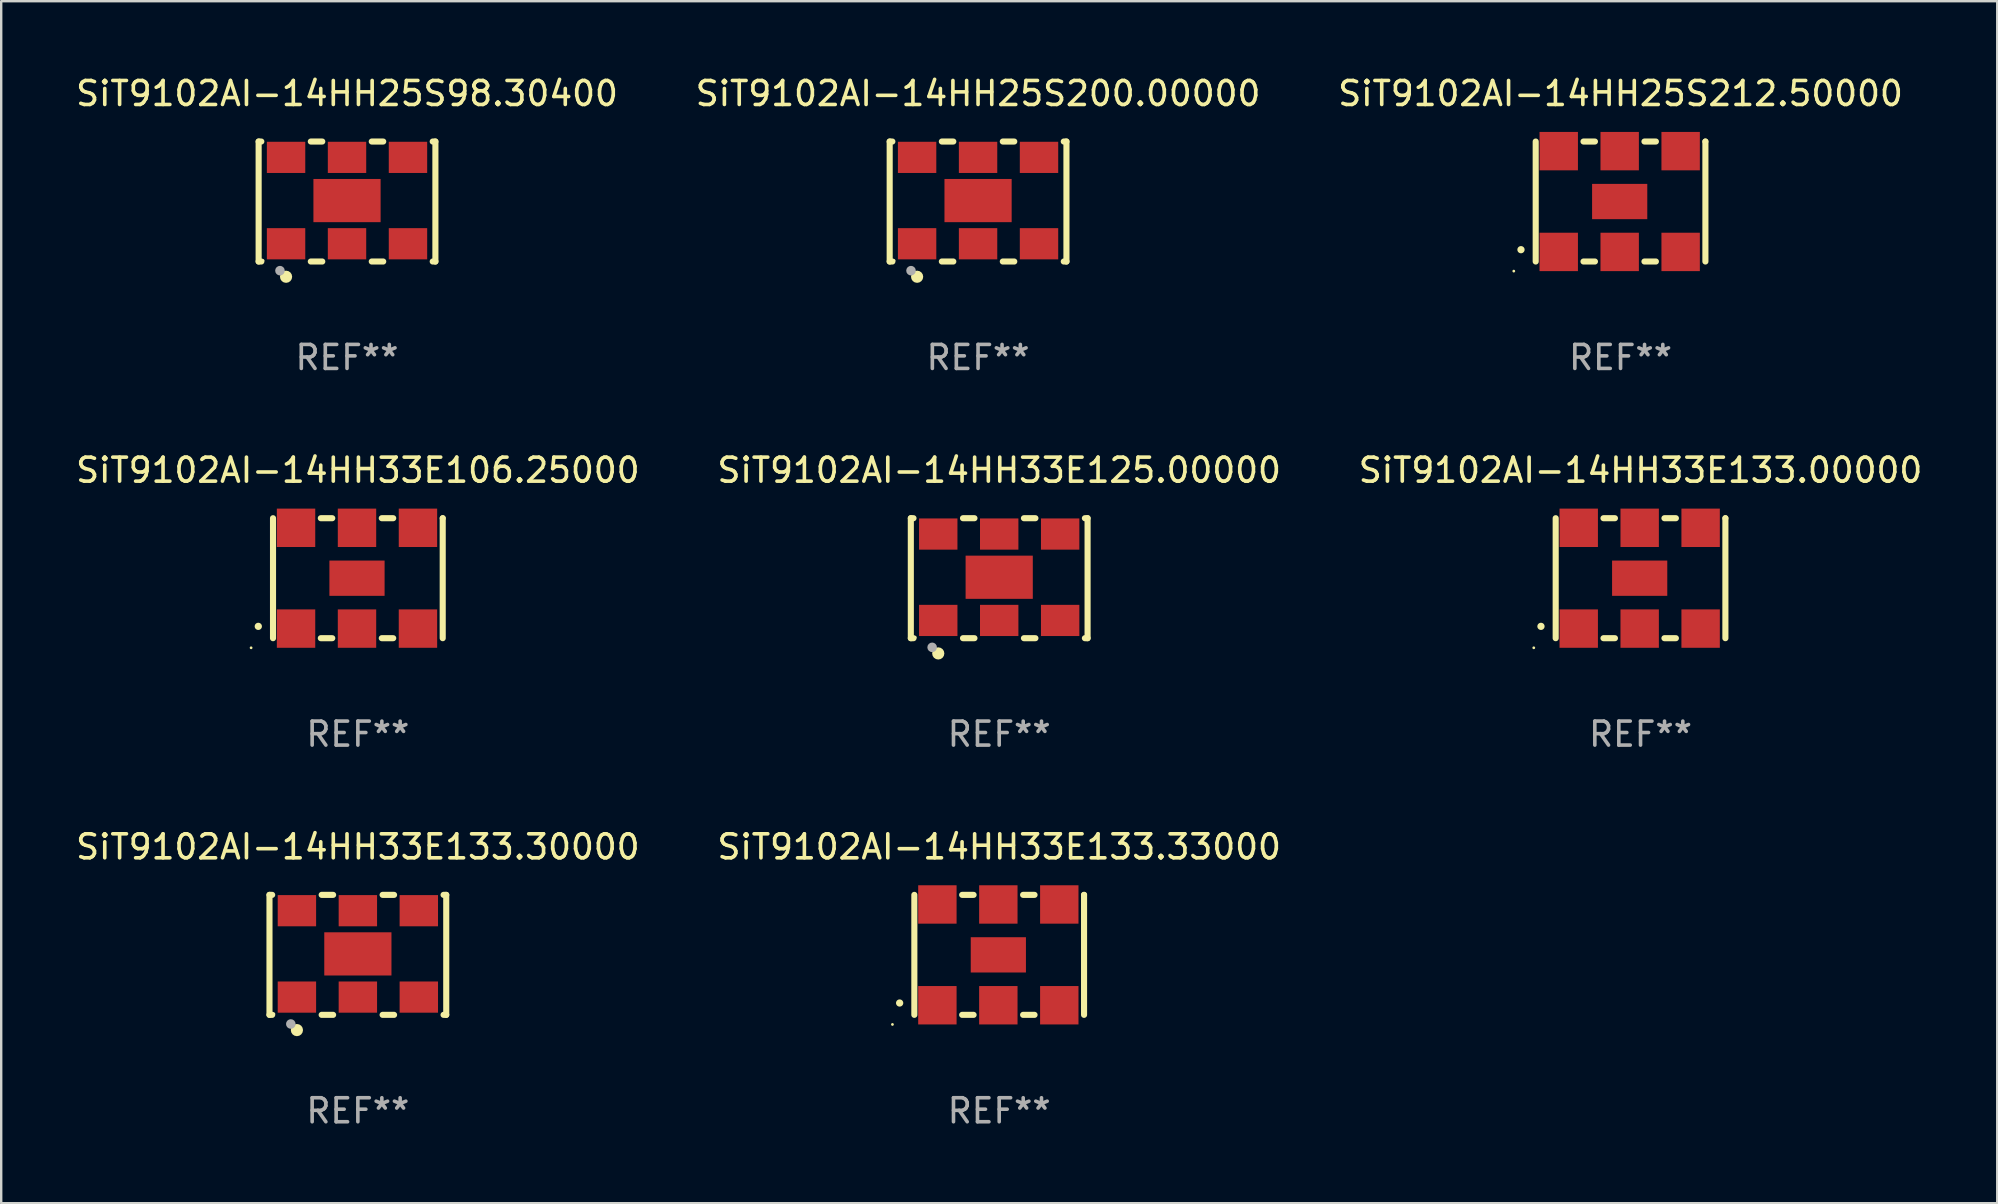
<source format=kicad_pcb>
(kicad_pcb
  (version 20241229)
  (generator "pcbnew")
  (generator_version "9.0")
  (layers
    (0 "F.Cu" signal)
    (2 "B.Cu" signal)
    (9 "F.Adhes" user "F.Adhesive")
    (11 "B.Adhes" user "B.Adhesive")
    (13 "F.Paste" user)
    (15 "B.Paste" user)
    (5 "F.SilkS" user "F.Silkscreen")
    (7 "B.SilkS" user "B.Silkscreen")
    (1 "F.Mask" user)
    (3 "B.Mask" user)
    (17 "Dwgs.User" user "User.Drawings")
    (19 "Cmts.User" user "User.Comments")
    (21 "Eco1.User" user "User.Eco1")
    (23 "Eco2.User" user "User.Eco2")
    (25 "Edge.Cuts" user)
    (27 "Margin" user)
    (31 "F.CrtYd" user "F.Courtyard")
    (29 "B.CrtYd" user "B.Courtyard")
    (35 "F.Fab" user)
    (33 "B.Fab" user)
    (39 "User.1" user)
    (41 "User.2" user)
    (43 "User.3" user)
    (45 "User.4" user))
  (footprint "SiT9102AI-14HH33E133.30000"
    (layer "F.Cu")
    (at 11.863 36.741)
    (property "Reference" "SiT9102AI-14HH33E133.30000" (at 0 -4.5 0) (layer "F.SilkS") (effects (font (size 1 1) (thickness 0.15))))
    (attr through_hole)
    (fp_line (start -3.683 -2.5) (end -3.571 -2.5) (stroke (width 0.254) (type solid)) (layer "F.SilkS"))
    (fp_line (start -3.683 2.5) (end -3.683 -2.5) (stroke (width 0.254) (type solid)) (layer "F.SilkS"))
    (fp_line (start -3.683 2.5) (end -3.571 2.5) (stroke (width 0.254) (type solid)) (layer "F.SilkS"))
    (fp_line (start -1.509 -2.5) (end -1.031 -2.5) (stroke (width 0.254) (type solid)) (layer "F.SilkS"))
    (fp_line (start -1.509 2.5) (end -1.031 2.5) (stroke (width 0.254) (type solid)) (layer "F.SilkS"))
    (fp_line (start 1.031 -2.5) (end 1.509 -2.5) (stroke (width 0.254) (type solid)) (layer "F.SilkS"))
    (fp_line (start 1.031 2.5) (end 1.509 2.5) (stroke (width 0.254) (type solid)) (layer "F.SilkS"))
    (fp_line (start 3.571 -2.5) (end 3.683 -2.5) (stroke (width 0.254) (type solid)) (layer "F.SilkS"))
    (fp_line (start 3.571 2.5) (end 3.683 2.5) (stroke (width 0.254) (type solid)) (layer "F.SilkS"))
    (fp_line (start 3.683 2.5) (end 3.683 -2.5) (stroke (width 0.254) (type solid)) (layer "F.SilkS"))
    (fp_circle (center -3.5 2.46) (end -3.47 2.46) (stroke (width 0.06) (type solid)) (fill no) (layer "F.SilkS"))
    (fp_circle (center -2.54 3.135) (end -2.413 3.135) (stroke (width 0.254) (type solid)) (fill no) (layer "F.SilkS"))
    (fp_circle (center -2.794 2.881) (end -2.694 2.881) (stroke (width 0.2) (type solid)) (fill no) (layer "F.Fab"))
    (fp_text user "REF**" (at 0 6.5 0) (layer "F.Fab") (effects (font (size 1 1) (thickness 0.15))))
    (pad "1" smd rect (at -2.54 1.76) (size 1.6 1.3) (layers "F.Cu" "F.Mask" "F.Paste"))
    (pad "2" smd rect (at 0 1.76) (size 1.6 1.3) (layers "F.Cu" "F.Mask" "F.Paste"))
    (pad "3" smd rect (at 2.54 1.76) (size 1.6 1.3) (layers "F.Cu" "F.Mask" "F.Paste"))
    (pad "4" smd rect (at 2.54 -1.84) (size 1.6 1.3) (layers "F.Cu" "F.Mask" "F.Paste"))
    (pad "5" smd rect (at 0 -1.84) (size 1.6 1.3) (layers "F.Cu" "F.Mask" "F.Paste"))
    (pad "6" smd rect (at -2.54 -1.84) (size 1.6 1.3) (layers "F.Cu" "F.Mask" "F.Paste"))
    (pad "7" smd rect (at 0 -0.04) (size 2.8 1.8) (layers "F.Cu" "F.Mask" "F.Paste")))
  (footprint "SiT9102AI-14HH25S200.00000"
    (layer "F.Cu")
    (at 37.708 5.348)
    (property "Reference" "SiT9102AI-14HH25S200.00000" (at 0 -4.5 0) (layer "F.SilkS") (effects (font (size 1 1) (thickness 0.15))))
    (attr through_hole)
    (fp_line (start -3.683 -2.5) (end -3.571 -2.5) (stroke (width 0.254) (type solid)) (layer "F.SilkS"))
    (fp_line (start -3.683 2.5) (end -3.683 -2.5) (stroke (width 0.254) (type solid)) (layer "F.SilkS"))
    (fp_line (start -3.683 2.5) (end -3.571 2.5) (stroke (width 0.254) (type solid)) (layer "F.SilkS"))
    (fp_line (start -1.509 -2.5) (end -1.031 -2.5) (stroke (width 0.254) (type solid)) (layer "F.SilkS"))
    (fp_line (start -1.509 2.5) (end -1.031 2.5) (stroke (width 0.254) (type solid)) (layer "F.SilkS"))
    (fp_line (start 1.031 -2.5) (end 1.509 -2.5) (stroke (width 0.254) (type solid)) (layer "F.SilkS"))
    (fp_line (start 1.031 2.5) (end 1.509 2.5) (stroke (width 0.254) (type solid)) (layer "F.SilkS"))
    (fp_line (start 3.571 -2.5) (end 3.683 -2.5) (stroke (width 0.254) (type solid)) (layer "F.SilkS"))
    (fp_line (start 3.571 2.5) (end 3.683 2.5) (stroke (width 0.254) (type solid)) (layer "F.SilkS"))
    (fp_line (start 3.683 2.5) (end 3.683 -2.5) (stroke (width 0.254) (type solid)) (layer "F.SilkS"))
    (fp_circle (center -3.5 2.46) (end -3.47 2.46) (stroke (width 0.06) (type solid)) (fill no) (layer "F.SilkS"))
    (fp_circle (center -2.54 3.135) (end -2.413 3.135) (stroke (width 0.254) (type solid)) (fill no) (layer "F.SilkS"))
    (fp_circle (center -2.794 2.881) (end -2.694 2.881) (stroke (width 0.2) (type solid)) (fill no) (layer "F.Fab"))
    (fp_text user "REF**" (at 0 6.5 0) (layer "F.Fab") (effects (font (size 1 1) (thickness 0.15))))
    (pad "1" smd rect (at -2.54 1.76) (size 1.6 1.3) (layers "F.Cu" "F.Mask" "F.Paste"))
    (pad "2" smd rect (at 0 1.76) (size 1.6 1.3) (layers "F.Cu" "F.Mask" "F.Paste"))
    (pad "3" smd rect (at 2.54 1.76) (size 1.6 1.3) (layers "F.Cu" "F.Mask" "F.Paste"))
    (pad "4" smd rect (at 2.54 -1.84) (size 1.6 1.3) (layers "F.Cu" "F.Mask" "F.Paste"))
    (pad "5" smd rect (at 0 -1.84) (size 1.6 1.3) (layers "F.Cu" "F.Mask" "F.Paste"))
    (pad "6" smd rect (at -2.54 -1.84) (size 1.6 1.3) (layers "F.Cu" "F.Mask" "F.Paste"))
    (pad "7" smd rect (at 0 -0.04) (size 2.8 1.8) (layers "F.Cu" "F.Mask" "F.Paste")))
  (footprint "SiT9102AI-14HH33E133.33000"
    (layer "F.Cu")
    (at 38.589 36.741)
    (property "Reference" "SiT9102AI-14HH33E133.33000" (at 0 -4.5 0) (layer "F.SilkS") (effects (font (size 1 1) (thickness 0.15))))
    (attr through_hole)
    (fp_line (start -3.536 -2.5) (end -3.536 2.5) (stroke (width 0.254) (type solid)) (layer "F.SilkS"))
    (fp_line (start -1.544 2.5) (end -1.067 2.5) (stroke (width 0.254) (type solid)) (layer "F.SilkS"))
    (fp_line (start -1.067 -2.5) (end -1.544 -2.5) (stroke (width 0.254) (type solid)) (layer "F.SilkS"))
    (fp_line (start 0.996 2.5) (end 1.473 2.5) (stroke (width 0.254) (type solid)) (layer "F.SilkS"))
    (fp_line (start 1.473 -2.5) (end 0.996 -2.5) (stroke (width 0.254) (type solid)) (layer "F.SilkS"))
    (fp_line (start 3.536 -2.5) (end 3.536 -2.5) (stroke (width 0.254) (type solid)) (layer "F.SilkS"))
    (fp_line (start 3.536 2.5) (end 3.536 -2.5) (stroke (width 0.254) (type solid)) (layer "F.SilkS"))
    (fp_arc (start -4.150432 2.006604) (mid -4.149162 2.006599) (end -4.147892 2.006604) (stroke (width 0.3) (type solid)) (layer "F.SilkS"))
    (fp_circle (center -4.449 2.9) (end -4.419 2.9) (stroke (width 0.06) (type solid)) (fill no) (layer "F.SilkS"))
    (fp_text user "REF**" (at 0 6.5 0) (layer "F.Fab") (effects (font (size 1 1) (thickness 0.15))))
    (pad "1" smd rect (at -2.576 2.1) (size 1.6 1.6) (layers "F.Cu" "F.Mask" "F.Paste"))
    (pad "2" smd rect (at -0.036 2.1) (size 1.6 1.6) (layers "F.Cu" "F.Mask" "F.Paste"))
    (pad "3" smd rect (at 2.504 2.1) (size 1.6 1.6) (layers "F.Cu" "F.Mask" "F.Paste"))
    (pad "4" smd rect (at 2.504 -2.1) (size 1.6 1.6) (layers "F.Cu" "F.Mask" "F.Paste"))
    (pad "5" smd rect (at -0.036 -2.1) (size 1.6 1.6) (layers "F.Cu" "F.Mask" "F.Paste"))
    (pad "6" smd rect (at -2.576 -2.1) (size 1.6 1.6) (layers "F.Cu" "F.Mask" "F.Paste"))
    (pad "7" smd rect (at -0.036 0) (size 2.3 1.47) (layers "F.Cu" "F.Mask" "F.Paste")))
  (footprint "SiT9102AI-14HH33E125.00000"
    (layer "F.Cu")
    (at 38.589 21.045)
    (property "Reference" "SiT9102AI-14HH33E125.00000" (at 0 -4.5 0) (layer "F.SilkS") (effects (font (size 1 1) (thickness 0.15))))
    (attr through_hole)
    (fp_line (start -3.683 -2.5) (end -3.571 -2.5) (stroke (width 0.254) (type solid)) (layer "F.SilkS"))
    (fp_line (start -3.683 2.5) (end -3.683 -2.5) (stroke (width 0.254) (type solid)) (layer "F.SilkS"))
    (fp_line (start -3.683 2.5) (end -3.571 2.5) (stroke (width 0.254) (type solid)) (layer "F.SilkS"))
    (fp_line (start -1.509 -2.5) (end -1.031 -2.5) (stroke (width 0.254) (type solid)) (layer "F.SilkS"))
    (fp_line (start -1.509 2.5) (end -1.031 2.5) (stroke (width 0.254) (type solid)) (layer "F.SilkS"))
    (fp_line (start 1.031 -2.5) (end 1.509 -2.5) (stroke (width 0.254) (type solid)) (layer "F.SilkS"))
    (fp_line (start 1.031 2.5) (end 1.509 2.5) (stroke (width 0.254) (type solid)) (layer "F.SilkS"))
    (fp_line (start 3.571 -2.5) (end 3.683 -2.5) (stroke (width 0.254) (type solid)) (layer "F.SilkS"))
    (fp_line (start 3.571 2.5) (end 3.683 2.5) (stroke (width 0.254) (type solid)) (layer "F.SilkS"))
    (fp_line (start 3.683 2.5) (end 3.683 -2.5) (stroke (width 0.254) (type solid)) (layer "F.SilkS"))
    (fp_circle (center -3.5 2.46) (end -3.47 2.46) (stroke (width 0.06) (type solid)) (fill no) (layer "F.SilkS"))
    (fp_circle (center -2.54 3.135) (end -2.413 3.135) (stroke (width 0.254) (type solid)) (fill no) (layer "F.SilkS"))
    (fp_circle (center -2.794 2.881) (end -2.694 2.881) (stroke (width 0.2) (type solid)) (fill no) (layer "F.Fab"))
    (fp_text user "REF**" (at 0 6.5 0) (layer "F.Fab") (effects (font (size 1 1) (thickness 0.15))))
    (pad "1" smd rect (at -2.54 1.76) (size 1.6 1.3) (layers "F.Cu" "F.Mask" "F.Paste"))
    (pad "2" smd rect (at 0 1.76) (size 1.6 1.3) (layers "F.Cu" "F.Mask" "F.Paste"))
    (pad "3" smd rect (at 2.54 1.76) (size 1.6 1.3) (layers "F.Cu" "F.Mask" "F.Paste"))
    (pad "4" smd rect (at 2.54 -1.84) (size 1.6 1.3) (layers "F.Cu" "F.Mask" "F.Paste"))
    (pad "5" smd rect (at 0 -1.84) (size 1.6 1.3) (layers "F.Cu" "F.Mask" "F.Paste"))
    (pad "6" smd rect (at -2.54 -1.84) (size 1.6 1.3) (layers "F.Cu" "F.Mask" "F.Paste"))
    (pad "7" smd rect (at 0 -0.04) (size 2.8 1.8) (layers "F.Cu" "F.Mask" "F.Paste")))
  (footprint "SiT9102AI-14HH33E106.25000"
    (layer "F.Cu")
    (at 11.863 21.045)
    (property "Reference" "SiT9102AI-14HH33E106.25000" (at 0 -4.5 0) (layer "F.SilkS") (effects (font (size 1 1) (thickness 0.15))))
    (attr through_hole)
    (fp_line (start -3.536 -2.5) (end -3.536 2.5) (stroke (width 0.254) (type solid)) (layer "F.SilkS"))
    (fp_line (start -1.544 2.5) (end -1.067 2.5) (stroke (width 0.254) (type solid)) (layer "F.SilkS"))
    (fp_line (start -1.067 -2.5) (end -1.544 -2.5) (stroke (width 0.254) (type solid)) (layer "F.SilkS"))
    (fp_line (start 0.996 2.5) (end 1.473 2.5) (stroke (width 0.254) (type solid)) (layer "F.SilkS"))
    (fp_line (start 1.473 -2.5) (end 0.996 -2.5) (stroke (width 0.254) (type solid)) (layer "F.SilkS"))
    (fp_line (start 3.536 -2.5) (end 3.536 -2.5) (stroke (width 0.254) (type solid)) (layer "F.SilkS"))
    (fp_line (start 3.536 2.5) (end 3.536 -2.5) (stroke (width 0.254) (type solid)) (layer "F.SilkS"))
    (fp_arc (start -4.150432 2.006604) (mid -4.149162 2.006599) (end -4.147892 2.006604) (stroke (width 0.3) (type solid)) (layer "F.SilkS"))
    (fp_circle (center -4.449 2.9) (end -4.419 2.9) (stroke (width 0.06) (type solid)) (fill no) (layer "F.SilkS"))
    (fp_text user "REF**" (at 0 6.5 0) (layer "F.Fab") (effects (font (size 1 1) (thickness 0.15))))
    (pad "1" smd rect (at -2.576 2.1) (size 1.6 1.6) (layers "F.Cu" "F.Mask" "F.Paste"))
    (pad "2" smd rect (at -0.036 2.1) (size 1.6 1.6) (layers "F.Cu" "F.Mask" "F.Paste"))
    (pad "3" smd rect (at 2.504 2.1) (size 1.6 1.6) (layers "F.Cu" "F.Mask" "F.Paste"))
    (pad "4" smd rect (at 2.504 -2.1) (size 1.6 1.6) (layers "F.Cu" "F.Mask" "F.Paste"))
    (pad "5" smd rect (at -0.036 -2.1) (size 1.6 1.6) (layers "F.Cu" "F.Mask" "F.Paste"))
    (pad "6" smd rect (at -2.576 -2.1) (size 1.6 1.6) (layers "F.Cu" "F.Mask" "F.Paste"))
    (pad "7" smd rect (at -0.036 0) (size 2.3 1.47) (layers "F.Cu" "F.Mask" "F.Paste")))
  (footprint "SiT9102AI-14HH25S212.50000"
    (layer "F.Cu")
    (at 64.482 5.348)
    (property "Reference" "SiT9102AI-14HH25S212.50000" (at 0 -4.5 0) (layer "F.SilkS") (effects (font (size 1 1) (thickness 0.15))))
    (attr through_hole)
    (fp_line (start -3.536 -2.5) (end -3.536 2.5) (stroke (width 0.254) (type solid)) (layer "F.SilkS"))
    (fp_line (start -1.544 2.5) (end -1.067 2.5) (stroke (width 0.254) (type solid)) (layer "F.SilkS"))
    (fp_line (start -1.067 -2.5) (end -1.544 -2.5) (stroke (width 0.254) (type solid)) (layer "F.SilkS"))
    (fp_line (start 0.996 2.5) (end 1.473 2.5) (stroke (width 0.254) (type solid)) (layer "F.SilkS"))
    (fp_line (start 1.473 -2.5) (end 0.996 -2.5) (stroke (width 0.254) (type solid)) (layer "F.SilkS"))
    (fp_line (start 3.536 -2.5) (end 3.536 -2.5) (stroke (width 0.254) (type solid)) (layer "F.SilkS"))
    (fp_line (start 3.536 2.5) (end 3.536 -2.5) (stroke (width 0.254) (type solid)) (layer "F.SilkS"))
    (fp_arc (start -4.150432 2.006604) (mid -4.149162 2.006599) (end -4.147892 2.006604) (stroke (width 0.3) (type solid)) (layer "F.SilkS"))
    (fp_circle (center -4.449 2.9) (end -4.419 2.9) (stroke (width 0.06) (type solid)) (fill no) (layer "F.SilkS"))
    (fp_text user "REF**" (at 0 6.5 0) (layer "F.Fab") (effects (font (size 1 1) (thickness 0.15))))
    (pad "1" smd rect (at -2.576 2.1) (size 1.6 1.6) (layers "F.Cu" "F.Mask" "F.Paste"))
    (pad "2" smd rect (at -0.036 2.1) (size 1.6 1.6) (layers "F.Cu" "F.Mask" "F.Paste"))
    (pad "3" smd rect (at 2.504 2.1) (size 1.6 1.6) (layers "F.Cu" "F.Mask" "F.Paste"))
    (pad "4" smd rect (at 2.504 -2.1) (size 1.6 1.6) (layers "F.Cu" "F.Mask" "F.Paste"))
    (pad "5" smd rect (at -0.036 -2.1) (size 1.6 1.6) (layers "F.Cu" "F.Mask" "F.Paste"))
    (pad "6" smd rect (at -2.576 -2.1) (size 1.6 1.6) (layers "F.Cu" "F.Mask" "F.Paste"))
    (pad "7" smd rect (at -0.036 0) (size 2.3 1.47) (layers "F.Cu" "F.Mask" "F.Paste")))
  (footprint "SiT9102AI-14HH33E133.00000"
    (layer "F.Cu")
    (at 65.315 21.045)
    (property "Reference" "SiT9102AI-14HH33E133.00000" (at 0 -4.5 0) (layer "F.SilkS") (effects (font (size 1 1) (thickness 0.15))))
    (attr through_hole)
    (fp_line (start -3.536 -2.5) (end -3.536 2.5) (stroke (width 0.254) (type solid)) (layer "F.SilkS"))
    (fp_line (start -1.544 2.5) (end -1.067 2.5) (stroke (width 0.254) (type solid)) (layer "F.SilkS"))
    (fp_line (start -1.067 -2.5) (end -1.544 -2.5) (stroke (width 0.254) (type solid)) (layer "F.SilkS"))
    (fp_line (start 0.996 2.5) (end 1.473 2.5) (stroke (width 0.254) (type solid)) (layer "F.SilkS"))
    (fp_line (start 1.473 -2.5) (end 0.996 -2.5) (stroke (width 0.254) (type solid)) (layer "F.SilkS"))
    (fp_line (start 3.536 -2.5) (end 3.536 -2.5) (stroke (width 0.254) (type solid)) (layer "F.SilkS"))
    (fp_line (start 3.536 2.5) (end 3.536 -2.5) (stroke (width 0.254) (type solid)) (layer "F.SilkS"))
    (fp_arc (start -4.150432 2.006604) (mid -4.149162 2.006599) (end -4.147892 2.006604) (stroke (width 0.3) (type solid)) (layer "F.SilkS"))
    (fp_circle (center -4.449 2.9) (end -4.419 2.9) (stroke (width 0.06) (type solid)) (fill no) (layer "F.SilkS"))
    (fp_text user "REF**" (at 0 6.5 0) (layer "F.Fab") (effects (font (size 1 1) (thickness 0.15))))
    (pad "1" smd rect (at -2.576 2.1) (size 1.6 1.6) (layers "F.Cu" "F.Mask" "F.Paste"))
    (pad "2" smd rect (at -0.036 2.1) (size 1.6 1.6) (layers "F.Cu" "F.Mask" "F.Paste"))
    (pad "3" smd rect (at 2.504 2.1) (size 1.6 1.6) (layers "F.Cu" "F.Mask" "F.Paste"))
    (pad "4" smd rect (at 2.504 -2.1) (size 1.6 1.6) (layers "F.Cu" "F.Mask" "F.Paste"))
    (pad "5" smd rect (at -0.036 -2.1) (size 1.6 1.6) (layers "F.Cu" "F.Mask" "F.Paste"))
    (pad "6" smd rect (at -2.576 -2.1) (size 1.6 1.6) (layers "F.Cu" "F.Mask" "F.Paste"))
    (pad "7" smd rect (at -0.036 0) (size 2.3 1.47) (layers "F.Cu" "F.Mask" "F.Paste")))
  (footprint "SiT9102AI-14HH25S98.30400"
    (layer "F.Cu")
    (at 11.411 5.348)
    (property "Reference" "SiT9102AI-14HH25S98.30400" (at 0 -4.5 0) (layer "F.SilkS") (effects (font (size 1 1) (thickness 0.15))))
    (attr through_hole)
    (fp_line (start -3.683 -2.5) (end -3.571 -2.5) (stroke (width 0.254) (type solid)) (layer "F.SilkS"))
    (fp_line (start -3.683 2.5) (end -3.683 -2.5) (stroke (width 0.254) (type solid)) (layer "F.SilkS"))
    (fp_line (start -3.683 2.5) (end -3.571 2.5) (stroke (width 0.254) (type solid)) (layer "F.SilkS"))
    (fp_line (start -1.509 -2.5) (end -1.031 -2.5) (stroke (width 0.254) (type solid)) (layer "F.SilkS"))
    (fp_line (start -1.509 2.5) (end -1.031 2.5) (stroke (width 0.254) (type solid)) (layer "F.SilkS"))
    (fp_line (start 1.031 -2.5) (end 1.509 -2.5) (stroke (width 0.254) (type solid)) (layer "F.SilkS"))
    (fp_line (start 1.031 2.5) (end 1.509 2.5) (stroke (width 0.254) (type solid)) (layer "F.SilkS"))
    (fp_line (start 3.571 -2.5) (end 3.683 -2.5) (stroke (width 0.254) (type solid)) (layer "F.SilkS"))
    (fp_line (start 3.571 2.5) (end 3.683 2.5) (stroke (width 0.254) (type solid)) (layer "F.SilkS"))
    (fp_line (start 3.683 2.5) (end 3.683 -2.5) (stroke (width 0.254) (type solid)) (layer "F.SilkS"))
    (fp_circle (center -3.5 2.46) (end -3.47 2.46) (stroke (width 0.06) (type solid)) (fill no) (layer "F.SilkS"))
    (fp_circle (center -2.54 3.135) (end -2.413 3.135) (stroke (width 0.254) (type solid)) (fill no) (layer "F.SilkS"))
    (fp_circle (center -2.794 2.881) (end -2.694 2.881) (stroke (width 0.2) (type solid)) (fill no) (layer "F.Fab"))
    (fp_text user "REF**" (at 0 6.5 0) (layer "F.Fab") (effects (font (size 1 1) (thickness 0.15))))
    (pad "1" smd rect (at -2.54 1.76) (size 1.6 1.3) (layers "F.Cu" "F.Mask" "F.Paste"))
    (pad "2" smd rect (at 0 1.76) (size 1.6 1.3) (layers "F.Cu" "F.Mask" "F.Paste"))
    (pad "3" smd rect (at 2.54 1.76) (size 1.6 1.3) (layers "F.Cu" "F.Mask" "F.Paste"))
    (pad "4" smd rect (at 2.54 -1.84) (size 1.6 1.3) (layers "F.Cu" "F.Mask" "F.Paste"))
    (pad "5" smd rect (at 0 -1.84) (size 1.6 1.3) (layers "F.Cu" "F.Mask" "F.Paste"))
    (pad "6" smd rect (at -2.54 -1.84) (size 1.6 1.3) (layers "F.Cu" "F.Mask" "F.Paste"))
    (pad "7" smd rect (at 0 -0.04) (size 2.8 1.8) (layers "F.Cu" "F.Mask" "F.Paste")))
  (gr_rect
    (start -3 -3)
    (end 80.179 47.09)
    (stroke (width 0.1) (type default))
    (fill no)
    (layer "Edge.Cuts")))
</source>
